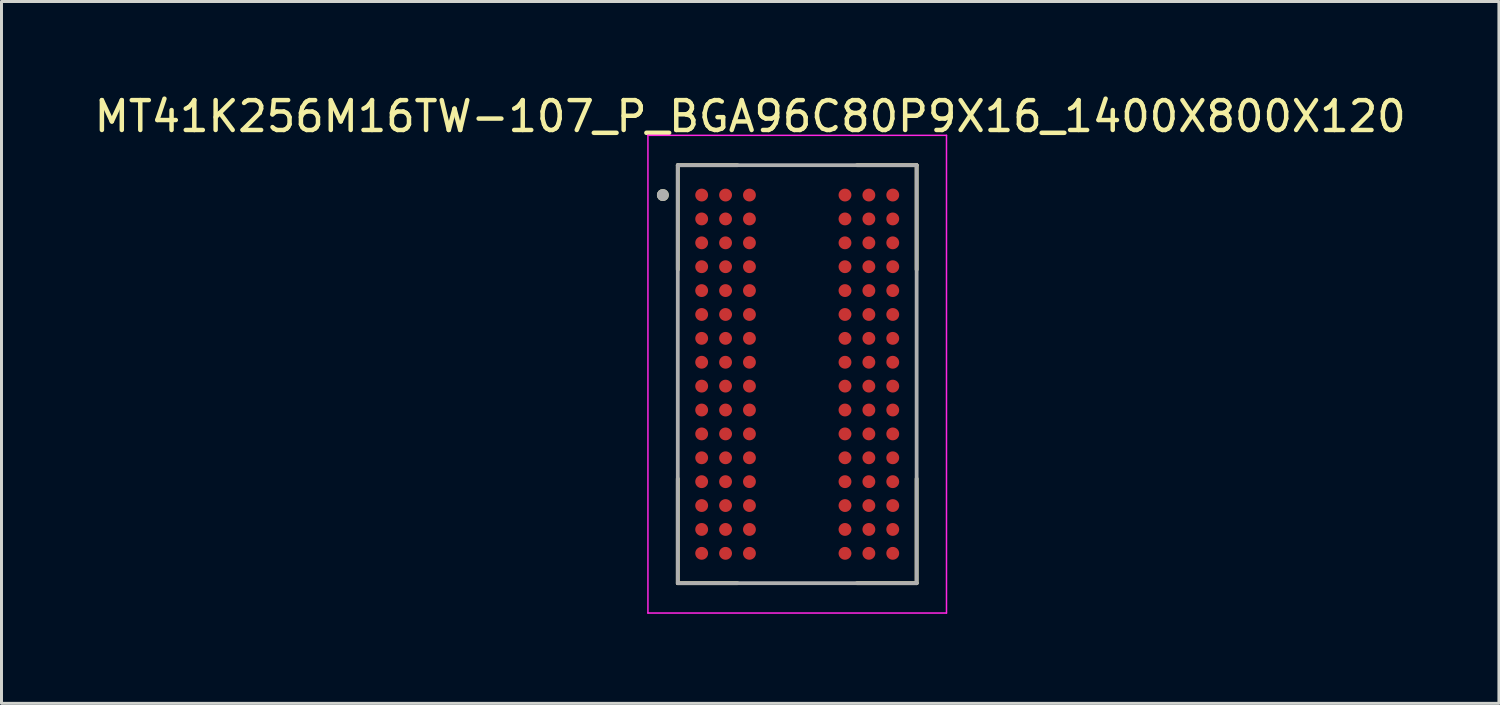
<source format=kicad_pcb>
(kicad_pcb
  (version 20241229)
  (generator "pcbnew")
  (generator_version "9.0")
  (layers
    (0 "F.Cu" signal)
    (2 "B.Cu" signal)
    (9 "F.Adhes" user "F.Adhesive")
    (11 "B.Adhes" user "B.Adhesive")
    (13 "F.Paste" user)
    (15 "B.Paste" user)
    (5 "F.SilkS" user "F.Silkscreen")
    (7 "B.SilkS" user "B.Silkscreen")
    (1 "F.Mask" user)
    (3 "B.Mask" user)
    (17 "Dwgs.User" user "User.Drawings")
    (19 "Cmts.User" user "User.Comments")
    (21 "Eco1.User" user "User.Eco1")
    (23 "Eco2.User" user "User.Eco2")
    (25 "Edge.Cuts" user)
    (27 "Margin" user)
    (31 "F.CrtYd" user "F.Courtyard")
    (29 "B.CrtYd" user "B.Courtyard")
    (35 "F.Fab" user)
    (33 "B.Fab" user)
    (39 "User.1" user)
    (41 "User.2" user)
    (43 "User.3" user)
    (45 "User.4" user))
  (footprint "MT41K256M16TW-107_P_BGA96C80P9X16_1400X800X120"
    (layer "F.Cu")
    (at 23.652 9.483)
    (property "Reference" "MT41K256M16TW-107_P_BGA96C80P9X16_1400X800X120" (at -1.575 -8.635 0) (layer "F.SilkS") (effects (font (size 1 1) (thickness 0.15))))
    (attr smd)
    (fp_line (start -4 -7) (end -4 -3.5) (stroke (width 0.127) (type solid)) (layer "F.SilkS"))
    (fp_line (start -4 -7) (end -2 -7) (stroke (width 0.127) (type solid)) (layer "F.SilkS"))
    (fp_line (start -4 7) (end -4 3.5) (stroke (width 0.127) (type solid)) (layer "F.SilkS"))
    (fp_line (start -4 7) (end -2 7) (stroke (width 0.127) (type solid)) (layer "F.SilkS"))
    (fp_line (start 4 -7) (end 2 -7) (stroke (width 0.127) (type solid)) (layer "F.SilkS"))
    (fp_line (start 4 -7) (end 4 -3.5) (stroke (width 0.127) (type solid)) (layer "F.SilkS"))
    (fp_line (start 4 7) (end 2 7) (stroke (width 0.127) (type solid)) (layer "F.SilkS"))
    (fp_line (start 4 7) (end 4 3.5) (stroke (width 0.127) (type solid)) (layer "F.SilkS"))
    (fp_circle (center -4.5 -6) (end -4.4 -6) (stroke (width 0.2) (type solid)) (fill no) (layer "F.SilkS"))
    (fp_line (start -5 -8) (end 5 -8) (stroke (width 0.05) (type solid)) (layer "F.CrtYd"))
    (fp_line (start -5 8) (end -5 -8) (stroke (width 0.05) (type solid)) (layer "F.CrtYd"))
    (fp_line (start -5 8) (end 5 8) (stroke (width 0.05) (type solid)) (layer "F.CrtYd"))
    (fp_line (start 5 8) (end 5 -8) (stroke (width 0.05) (type solid)) (layer "F.CrtYd"))
    (fp_line (start -4 7) (end -4 -7) (stroke (width 0.127) (type solid)) (layer "F.Fab"))
    (fp_line (start 4 -7) (end -4 -7) (stroke (width 0.127) (type solid)) (layer "F.Fab"))
    (fp_line (start 4 7) (end -4 7) (stroke (width 0.127) (type solid)) (layer "F.Fab"))
    (fp_line (start 4 7) (end 4 -7) (stroke (width 0.127) (type solid)) (layer "F.Fab"))
    (fp_circle (center -4.5 -6) (end -4.4 -6) (stroke (width 0.2) (type solid)) (fill no) (layer "F.Fab"))
    (pad "A1" smd circle (at -3.2 -6) (size 0.43 0.43) (layers "F.Cu" "F.Mask" "F.Paste"))
    (pad "A2" smd circle (at -2.4 -6) (size 0.43 0.43) (layers "F.Cu" "F.Mask" "F.Paste"))
    (pad "A3" smd circle (at -1.6 -6) (size 0.43 0.43) (layers "F.Cu" "F.Mask" "F.Paste"))
    (pad "A7" smd circle (at 1.6 -6) (size 0.43 0.43) (layers "F.Cu" "F.Mask" "F.Paste"))
    (pad "A8" smd circle (at 2.4 -6) (size 0.43 0.43) (layers "F.Cu" "F.Mask" "F.Paste"))
    (pad "A9" smd circle (at 3.2 -6) (size 0.43 0.43) (layers "F.Cu" "F.Mask" "F.Paste"))
    (pad "B1" smd circle (at -3.2 -5.2) (size 0.43 0.43) (layers "F.Cu" "F.Mask" "F.Paste"))
    (pad "B2" smd circle (at -2.4 -5.2) (size 0.43 0.43) (layers "F.Cu" "F.Mask" "F.Paste"))
    (pad "B3" smd circle (at -1.6 -5.2) (size 0.43 0.43) (layers "F.Cu" "F.Mask" "F.Paste"))
    (pad "B7" smd circle (at 1.6 -5.2) (size 0.43 0.43) (layers "F.Cu" "F.Mask" "F.Paste"))
    (pad "B8" smd circle (at 2.4 -5.2) (size 0.43 0.43) (layers "F.Cu" "F.Mask" "F.Paste"))
    (pad "B9" smd circle (at 3.2 -5.2) (size 0.43 0.43) (layers "F.Cu" "F.Mask" "F.Paste"))
    (pad "C1" smd circle (at -3.2 -4.4) (size 0.43 0.43) (layers "F.Cu" "F.Mask" "F.Paste"))
    (pad "C2" smd circle (at -2.4 -4.4) (size 0.43 0.43) (layers "F.Cu" "F.Mask" "F.Paste"))
    (pad "C3" smd circle (at -1.6 -4.4) (size 0.43 0.43) (layers "F.Cu" "F.Mask" "F.Paste"))
    (pad "C7" smd circle (at 1.6 -4.4) (size 0.43 0.43) (layers "F.Cu" "F.Mask" "F.Paste"))
    (pad "C8" smd circle (at 2.4 -4.4) (size 0.43 0.43) (layers "F.Cu" "F.Mask" "F.Paste"))
    (pad "C9" smd circle (at 3.2 -4.4) (size 0.43 0.43) (layers "F.Cu" "F.Mask" "F.Paste"))
    (pad "D1" smd circle (at -3.2 -3.6) (size 0.43 0.43) (layers "F.Cu" "F.Mask" "F.Paste"))
    (pad "D2" smd circle (at -2.4 -3.6) (size 0.43 0.43) (layers "F.Cu" "F.Mask" "F.Paste"))
    (pad "D3" smd circle (at -1.6 -3.6) (size 0.43 0.43) (layers "F.Cu" "F.Mask" "F.Paste"))
    (pad "D7" smd circle (at 1.6 -3.6) (size 0.43 0.43) (layers "F.Cu" "F.Mask" "F.Paste"))
    (pad "D8" smd circle (at 2.4 -3.6) (size 0.43 0.43) (layers "F.Cu" "F.Mask" "F.Paste"))
    (pad "D9" smd circle (at 3.2 -3.6) (size 0.43 0.43) (layers "F.Cu" "F.Mask" "F.Paste"))
    (pad "E1" smd circle (at -3.2 -2.8) (size 0.43 0.43) (layers "F.Cu" "F.Mask" "F.Paste"))
    (pad "E2" smd circle (at -2.4 -2.8) (size 0.43 0.43) (layers "F.Cu" "F.Mask" "F.Paste"))
    (pad "E3" smd circle (at -1.6 -2.8) (size 0.43 0.43) (layers "F.Cu" "F.Mask" "F.Paste"))
    (pad "E7" smd circle (at 1.6 -2.8) (size 0.43 0.43) (layers "F.Cu" "F.Mask" "F.Paste"))
    (pad "E8" smd circle (at 2.4 -2.8) (size 0.43 0.43) (layers "F.Cu" "F.Mask" "F.Paste"))
    (pad "E9" smd circle (at 3.2 -2.8) (size 0.43 0.43) (layers "F.Cu" "F.Mask" "F.Paste"))
    (pad "F1" smd circle (at -3.2 -2) (size 0.43 0.43) (layers "F.Cu" "F.Mask" "F.Paste"))
    (pad "F2" smd circle (at -2.4 -2) (size 0.43 0.43) (layers "F.Cu" "F.Mask" "F.Paste"))
    (pad "F3" smd circle (at -1.6 -2) (size 0.43 0.43) (layers "F.Cu" "F.Mask" "F.Paste"))
    (pad "F7" smd circle (at 1.6 -2) (size 0.43 0.43) (layers "F.Cu" "F.Mask" "F.Paste"))
    (pad "F8" smd circle (at 2.4 -2) (size 0.43 0.43) (layers "F.Cu" "F.Mask" "F.Paste"))
    (pad "F9" smd circle (at 3.2 -2) (size 0.43 0.43) (layers "F.Cu" "F.Mask" "F.Paste"))
    (pad "G1" smd circle (at -3.2 -1.2) (size 0.43 0.43) (layers "F.Cu" "F.Mask" "F.Paste"))
    (pad "G2" smd circle (at -2.4 -1.2) (size 0.43 0.43) (layers "F.Cu" "F.Mask" "F.Paste"))
    (pad "G3" smd circle (at -1.6 -1.2) (size 0.43 0.43) (layers "F.Cu" "F.Mask" "F.Paste"))
    (pad "G7" smd circle (at 1.6 -1.2) (size 0.43 0.43) (layers "F.Cu" "F.Mask" "F.Paste"))
    (pad "G8" smd circle (at 2.4 -1.2) (size 0.43 0.43) (layers "F.Cu" "F.Mask" "F.Paste"))
    (pad "G9" smd circle (at 3.2 -1.2) (size 0.43 0.43) (layers "F.Cu" "F.Mask" "F.Paste"))
    (pad "H1" smd circle (at -3.2 -0.4) (size 0.43 0.43) (layers "F.Cu" "F.Mask" "F.Paste"))
    (pad "H2" smd circle (at -2.4 -0.4) (size 0.43 0.43) (layers "F.Cu" "F.Mask" "F.Paste"))
    (pad "H3" smd circle (at -1.6 -0.4) (size 0.43 0.43) (layers "F.Cu" "F.Mask" "F.Paste"))
    (pad "H7" smd circle (at 1.6 -0.4) (size 0.43 0.43) (layers "F.Cu" "F.Mask" "F.Paste"))
    (pad "H8" smd circle (at 2.4 -0.4) (size 0.43 0.43) (layers "F.Cu" "F.Mask" "F.Paste"))
    (pad "H9" smd circle (at 3.2 -0.4) (size 0.43 0.43) (layers "F.Cu" "F.Mask" "F.Paste"))
    (pad "J1" smd circle (at -3.2 0.4) (size 0.43 0.43) (layers "F.Cu" "F.Mask" "F.Paste"))
    (pad "J2" smd circle (at -2.4 0.4) (size 0.43 0.43) (layers "F.Cu" "F.Mask" "F.Paste"))
    (pad "J3" smd circle (at -1.6 0.4) (size 0.43 0.43) (layers "F.Cu" "F.Mask" "F.Paste"))
    (pad "J7" smd circle (at 1.6 0.4) (size 0.43 0.43) (layers "F.Cu" "F.Mask" "F.Paste"))
    (pad "J8" smd circle (at 2.4 0.4) (size 0.43 0.43) (layers "F.Cu" "F.Mask" "F.Paste"))
    (pad "J9" smd circle (at 3.2 0.4) (size 0.43 0.43) (layers "F.Cu" "F.Mask" "F.Paste"))
    (pad "K1" smd circle (at -3.2 1.2) (size 0.43 0.43) (layers "F.Cu" "F.Mask" "F.Paste"))
    (pad "K2" smd circle (at -2.4 1.2) (size 0.43 0.43) (layers "F.Cu" "F.Mask" "F.Paste"))
    (pad "K3" smd circle (at -1.6 1.2) (size 0.43 0.43) (layers "F.Cu" "F.Mask" "F.Paste"))
    (pad "K7" smd circle (at 1.6 1.2) (size 0.43 0.43) (layers "F.Cu" "F.Mask" "F.Paste"))
    (pad "K8" smd circle (at 2.4 1.2) (size 0.43 0.43) (layers "F.Cu" "F.Mask" "F.Paste"))
    (pad "K9" smd circle (at 3.2 1.2) (size 0.43 0.43) (layers "F.Cu" "F.Mask" "F.Paste"))
    (pad "L1" smd circle (at -3.2 2) (size 0.43 0.43) (layers "F.Cu" "F.Mask" "F.Paste"))
    (pad "L2" smd circle (at -2.4 2) (size 0.43 0.43) (layers "F.Cu" "F.Mask" "F.Paste"))
    (pad "L3" smd circle (at -1.6 2) (size 0.43 0.43) (layers "F.Cu" "F.Mask" "F.Paste"))
    (pad "L7" smd circle (at 1.6 2) (size 0.43 0.43) (layers "F.Cu" "F.Mask" "F.Paste"))
    (pad "L8" smd circle (at 2.4 2) (size 0.43 0.43) (layers "F.Cu" "F.Mask" "F.Paste"))
    (pad "L9" smd circle (at 3.2 2) (size 0.43 0.43) (layers "F.Cu" "F.Mask" "F.Paste"))
    (pad "M1" smd circle (at -3.2 2.8) (size 0.43 0.43) (layers "F.Cu" "F.Mask" "F.Paste"))
    (pad "M2" smd circle (at -2.4 2.8) (size 0.43 0.43) (layers "F.Cu" "F.Mask" "F.Paste"))
    (pad "M3" smd circle (at -1.6 2.8) (size 0.43 0.43) (layers "F.Cu" "F.Mask" "F.Paste"))
    (pad "M7" smd circle (at 1.6 2.8) (size 0.43 0.43) (layers "F.Cu" "F.Mask" "F.Paste"))
    (pad "M8" smd circle (at 2.4 2.8) (size 0.43 0.43) (layers "F.Cu" "F.Mask" "F.Paste"))
    (pad "M9" smd circle (at 3.2 2.8) (size 0.43 0.43) (layers "F.Cu" "F.Mask" "F.Paste"))
    (pad "N1" smd circle (at -3.2 3.6) (size 0.43 0.43) (layers "F.Cu" "F.Mask" "F.Paste"))
    (pad "N2" smd circle (at -2.4 3.6) (size 0.43 0.43) (layers "F.Cu" "F.Mask" "F.Paste"))
    (pad "N3" smd circle (at -1.6 3.6) (size 0.43 0.43) (layers "F.Cu" "F.Mask" "F.Paste"))
    (pad "N7" smd circle (at 1.6 3.6) (size 0.43 0.43) (layers "F.Cu" "F.Mask" "F.Paste"))
    (pad "N8" smd circle (at 2.4 3.6) (size 0.43 0.43) (layers "F.Cu" "F.Mask" "F.Paste"))
    (pad "N9" smd circle (at 3.2 3.6) (size 0.43 0.43) (layers "F.Cu" "F.Mask" "F.Paste"))
    (pad "P1" smd circle (at -3.2 4.4) (size 0.43 0.43) (layers "F.Cu" "F.Mask" "F.Paste"))
    (pad "P2" smd circle (at -2.4 4.4) (size 0.43 0.43) (layers "F.Cu" "F.Mask" "F.Paste"))
    (pad "P3" smd circle (at -1.6 4.4) (size 0.43 0.43) (layers "F.Cu" "F.Mask" "F.Paste"))
    (pad "P7" smd circle (at 1.6 4.4) (size 0.43 0.43) (layers "F.Cu" "F.Mask" "F.Paste"))
    (pad "P8" smd circle (at 2.4 4.4) (size 0.43 0.43) (layers "F.Cu" "F.Mask" "F.Paste"))
    (pad "P9" smd circle (at 3.2 4.4) (size 0.43 0.43) (layers "F.Cu" "F.Mask" "F.Paste"))
    (pad "R1" smd circle (at -3.2 5.2) (size 0.43 0.43) (layers "F.Cu" "F.Mask" "F.Paste"))
    (pad "R2" smd circle (at -2.4 5.2) (size 0.43 0.43) (layers "F.Cu" "F.Mask" "F.Paste"))
    (pad "R3" smd circle (at -1.6 5.2) (size 0.43 0.43) (layers "F.Cu" "F.Mask" "F.Paste"))
    (pad "R7" smd circle (at 1.6 5.2) (size 0.43 0.43) (layers "F.Cu" "F.Mask" "F.Paste"))
    (pad "R8" smd circle (at 2.4 5.2) (size 0.43 0.43) (layers "F.Cu" "F.Mask" "F.Paste"))
    (pad "R9" smd circle (at 3.2 5.2) (size 0.43 0.43) (layers "F.Cu" "F.Mask" "F.Paste"))
    (pad "T1" smd circle (at -3.2 6) (size 0.43 0.43) (layers "F.Cu" "F.Mask" "F.Paste"))
    (pad "T2" smd circle (at -2.4 6) (size 0.43 0.43) (layers "F.Cu" "F.Mask" "F.Paste"))
    (pad "T3" smd circle (at -1.6 6) (size 0.43 0.43) (layers "F.Cu" "F.Mask" "F.Paste"))
    (pad "T7" smd circle (at 1.6 6) (size 0.43 0.43) (layers "F.Cu" "F.Mask" "F.Paste"))
    (pad "T8" smd circle (at 2.4 6) (size 0.43 0.43) (layers "F.Cu" "F.Mask" "F.Paste"))
    (pad "T9" smd circle (at 3.2 6) (size 0.43 0.43) (layers "F.Cu" "F.Mask" "F.Paste")))
  (gr_rect
    (start -3 -3)
    (end 47.155 20.508)
    (stroke (width 0.1) (type default))
    (fill no)
    (layer "Edge.Cuts")))
</source>
